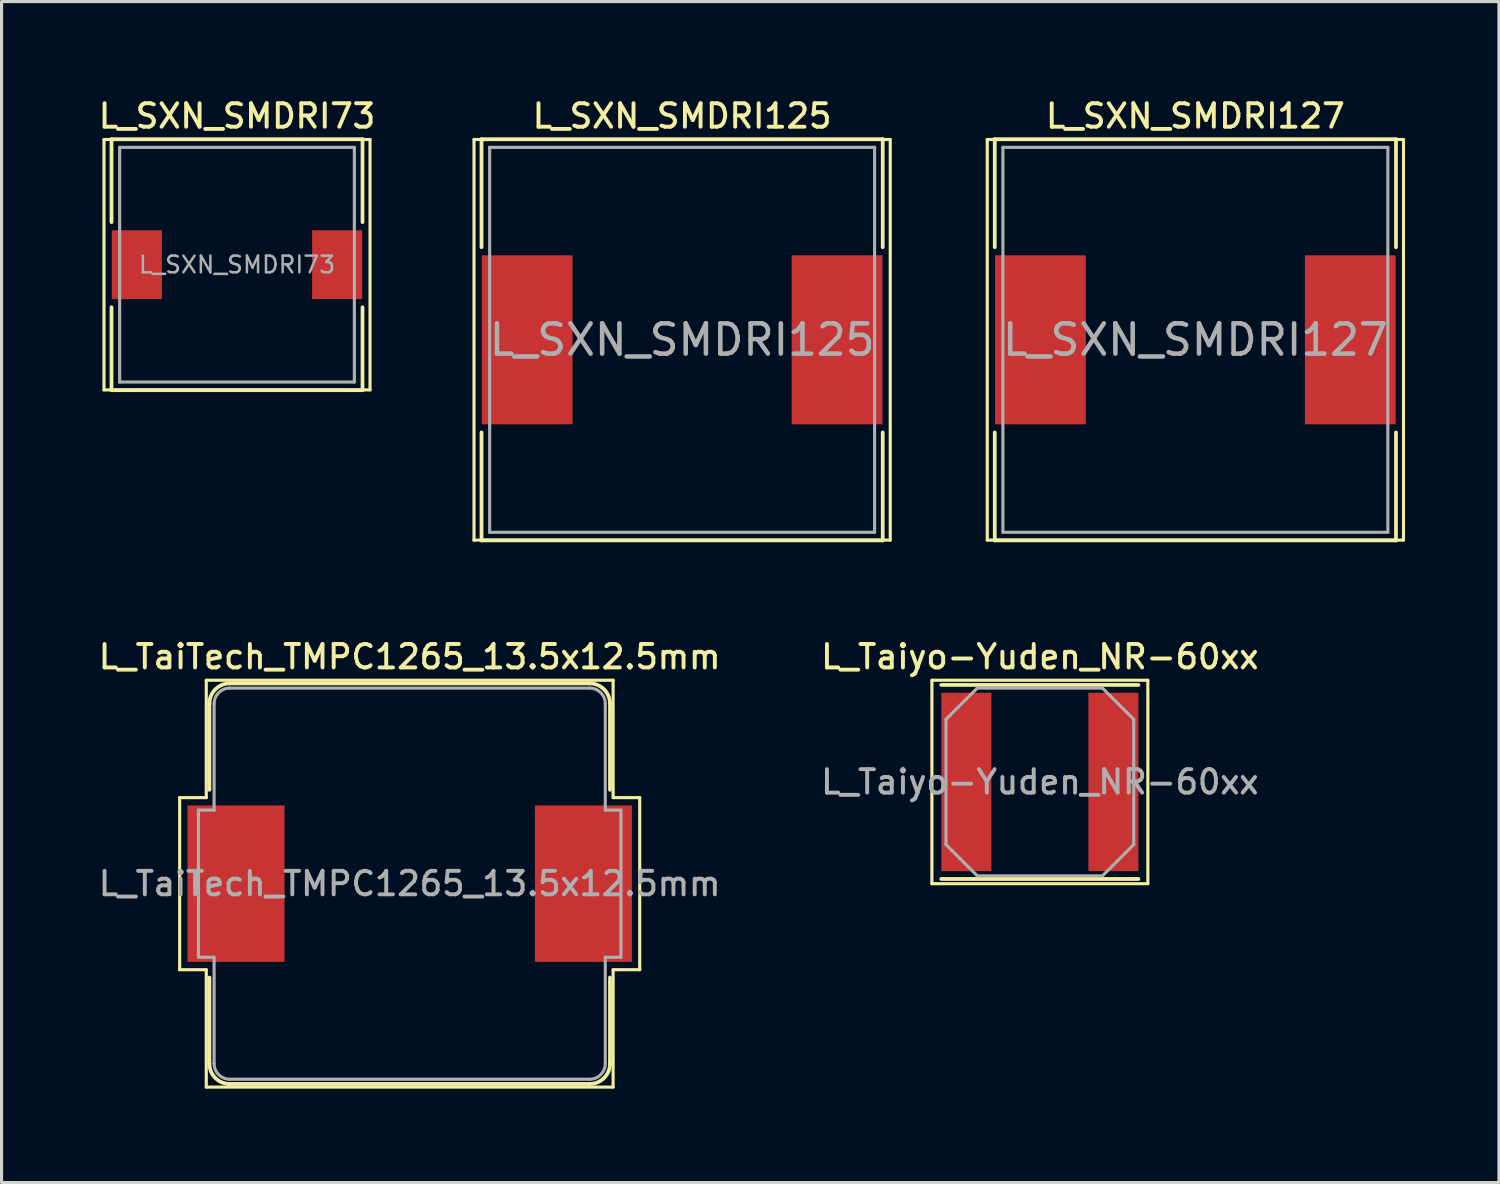
<source format=kicad_pcb>
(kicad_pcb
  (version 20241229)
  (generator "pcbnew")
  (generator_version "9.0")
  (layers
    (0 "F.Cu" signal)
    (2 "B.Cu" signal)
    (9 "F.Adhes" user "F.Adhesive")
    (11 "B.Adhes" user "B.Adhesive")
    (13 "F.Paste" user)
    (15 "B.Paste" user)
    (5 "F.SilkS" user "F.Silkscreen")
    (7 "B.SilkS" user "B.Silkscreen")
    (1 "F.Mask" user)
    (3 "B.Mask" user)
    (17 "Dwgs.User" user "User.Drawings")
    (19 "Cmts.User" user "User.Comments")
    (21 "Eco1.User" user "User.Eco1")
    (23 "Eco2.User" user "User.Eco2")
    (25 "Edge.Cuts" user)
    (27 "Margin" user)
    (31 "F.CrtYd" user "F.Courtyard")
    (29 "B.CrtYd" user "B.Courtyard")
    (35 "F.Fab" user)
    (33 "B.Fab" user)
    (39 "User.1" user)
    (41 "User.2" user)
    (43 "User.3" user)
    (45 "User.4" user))
  (footprint "L_Taiyo-Yuden_NR-60xx"
    (layer "F.Cu")
    (at 30.177 21.936)
    (property "Reference" "L_Taiyo-Yuden_NR-60xx" (at 0 -4 0) (layer "F.SilkS") (effects (font (size 0.75 0.75) (thickness 0.125))))
    (attr smd)
    (fp_line (start -3.45 -3.25) (end -3.45 3.25) (stroke (width 0.1) (type solid)) (layer "F.SilkS"))
    (fp_line (start -3.45 3.25) (end 3.45 3.25) (stroke (width 0.1) (type solid)) (layer "F.SilkS"))
    (fp_line (start -3.15 -3.1) (end 3.15 -3.1) (stroke (width 0.12) (type solid)) (layer "F.SilkS"))
    (fp_line (start -3.15 3.1) (end 3.15 3.1) (stroke (width 0.12) (type solid)) (layer "F.SilkS"))
    (fp_line (start 3.45 -3.25) (end -3.45 -3.25) (stroke (width 0.1) (type solid)) (layer "F.SilkS"))
    (fp_line (start 3.45 3.25) (end 3.45 -3.25) (stroke (width 0.1) (type solid)) (layer "F.SilkS"))
    (fp_line (start -3 -2) (end -2 -3) (stroke (width 0.1) (type solid)) (layer "F.Fab"))
    (fp_line (start -3 2) (end -3 -2) (stroke (width 0.1) (type solid)) (layer "F.Fab"))
    (fp_line (start -3 2) (end -2 3) (stroke (width 0.1) (type solid)) (layer "F.Fab"))
    (fp_line (start -2 -3) (end 2 -3) (stroke (width 0.1) (type solid)) (layer "F.Fab"))
    (fp_line (start -2 3) (end 2 3) (stroke (width 0.1) (type solid)) (layer "F.Fab"))
    (fp_line (start 3 -2) (end 2 -3) (stroke (width 0.1) (type solid)) (layer "F.Fab"))
    (fp_line (start 3 2) (end 2 3) (stroke (width 0.1) (type solid)) (layer "F.Fab"))
    (fp_line (start 3 2) (end 3 -2) (stroke (width 0.1) (type solid)) (layer "F.Fab"))
    (fp_text user "${REFERENCE}" (at 0 0 0) (layer "F.Fab") (effects (font (size 0.75 0.75) (thickness 0.125))))
    (pad "1" smd rect (at -2.35 0) (size 1.6 5.7) (layers "F.Cu" "F.Mask" "F.Paste"))
    (pad "2" smd rect (at 2.35 0) (size 1.6 5.7) (layers "F.Cu" "F.Mask" "F.Paste")))
  (footprint "L_SXN_SMDRI73"
    (layer "F.Cu")
    (at 4.523 5.408)
    (property "Reference" "L_SXN_SMDRI73" (at 0 -4.75 0) (layer "F.SilkS") (effects (font (size 0.75 0.75) (thickness 0.125))))
    (attr smd)
    (fp_line (start -4.25 -4) (end -4.25 4) (stroke (width 0.1) (type solid)) (layer "F.SilkS"))
    (fp_line (start -4.25 4) (end 4.25 4) (stroke (width 0.1) (type solid)) (layer "F.SilkS"))
    (fp_line (start -4.01 -4.01) (end -4.01 -1.36) (stroke (width 0.12) (type solid)) (layer "F.SilkS"))
    (fp_line (start -4.01 -4.01) (end 4.01 -4.01) (stroke (width 0.12) (type solid)) (layer "F.SilkS"))
    (fp_line (start -4.01 4.01) (end -4.01 1.36) (stroke (width 0.12) (type solid)) (layer "F.SilkS"))
    (fp_line (start -4.01 4.01) (end 4.01 4.01) (stroke (width 0.12) (type solid)) (layer "F.SilkS"))
    (fp_line (start 4.01 -4.01) (end 4.01 -1.36) (stroke (width 0.12) (type solid)) (layer "F.SilkS"))
    (fp_line (start 4.01 4.01) (end 4.01 1.36) (stroke (width 0.12) (type solid)) (layer "F.SilkS"))
    (fp_line (start 4.25 -4) (end -4.25 -4) (stroke (width 0.1) (type solid)) (layer "F.SilkS"))
    (fp_line (start 4.25 4) (end 4.25 -4) (stroke (width 0.1) (type solid)) (layer "F.SilkS"))
    (fp_line (start -3.75 -3.75) (end -3.75 3.75) (stroke (width 0.1) (type solid)) (layer "F.Fab"))
    (fp_line (start -3.75 3.75) (end 3.75 3.75) (stroke (width 0.1) (type solid)) (layer "F.Fab"))
    (fp_line (start 3.75 -3.75) (end -3.75 -3.75) (stroke (width 0.1) (type solid)) (layer "F.Fab"))
    (fp_line (start 3.75 3.75) (end 3.75 -3.75) (stroke (width 0.1) (type solid)) (layer "F.Fab"))
    (fp_text user "${REFERENCE}" (at 0 0 0) (layer "F.Fab") (effects (font (size 0.533 0.533) (thickness 0.08))))
    (pad "1" smd rect (at -3.2 0) (size 1.6 2.2) (layers "F.Cu" "F.Mask" "F.Paste"))
    (pad "2" smd rect (at 3.2 0) (size 1.6 2.2) (layers "F.Cu" "F.Mask" "F.Paste")))
  (footprint "L_SXN_SMDRI127"
    (layer "F.Cu")
    (at 35.146 7.808)
    (property "Reference" "L_SXN_SMDRI127" (at 0 -7.15 0) (layer "F.SilkS") (effects (font (size 0.75 0.75) (thickness 0.125))))
    (attr smd)
    (fp_line (start -6.65 -6.4) (end -6.65 6.4) (stroke (width 0.1) (type solid)) (layer "F.SilkS"))
    (fp_line (start -6.65 6.4) (end 6.65 6.4) (stroke (width 0.1) (type solid)) (layer "F.SilkS"))
    (fp_line (start -6.41 -6.41) (end -6.41 -2.96) (stroke (width 0.12) (type solid)) (layer "F.SilkS"))
    (fp_line (start -6.41 -6.41) (end 6.41 -6.41) (stroke (width 0.12) (type solid)) (layer "F.SilkS"))
    (fp_line (start -6.41 6.41) (end -6.41 2.96) (stroke (width 0.12) (type solid)) (layer "F.SilkS"))
    (fp_line (start -6.41 6.41) (end 6.41 6.41) (stroke (width 0.12) (type solid)) (layer "F.SilkS"))
    (fp_line (start 6.41 -6.41) (end 6.41 -2.96) (stroke (width 0.12) (type solid)) (layer "F.SilkS"))
    (fp_line (start 6.41 6.41) (end 6.41 2.96) (stroke (width 0.12) (type solid)) (layer "F.SilkS"))
    (fp_line (start 6.65 -6.4) (end -6.65 -6.4) (stroke (width 0.1) (type solid)) (layer "F.SilkS"))
    (fp_line (start 6.65 6.4) (end 6.65 -6.4) (stroke (width 0.1) (type solid)) (layer "F.SilkS"))
    (fp_line (start -6.15 -6.15) (end -6.15 6.15) (stroke (width 0.1) (type solid)) (layer "F.Fab"))
    (fp_line (start -6.15 6.15) (end 6.15 6.15) (stroke (width 0.1) (type solid)) (layer "F.Fab"))
    (fp_line (start 6.15 -6.15) (end -6.15 -6.15) (stroke (width 0.1) (type solid)) (layer "F.Fab"))
    (fp_line (start 6.15 6.15) (end 6.15 -6.15) (stroke (width 0.1) (type solid)) (layer "F.Fab"))
    (fp_text user "${REFERENCE}" (at 0 0 0) (layer "F.Fab") (effects (font (size 0.967 0.967) (thickness 0.145))))
    (pad "1" smd rect (at -4.95 0) (size 2.9 5.4) (layers "F.Cu" "F.Mask" "F.Paste"))
    (pad "2" smd rect (at 4.95 0) (size 2.9 5.4) (layers "F.Cu" "F.Mask" "F.Paste")))
  (footprint "L_SXN_SMDRI125"
    (layer "F.Cu")
    (at 18.746 7.808)
    (property "Reference" "L_SXN_SMDRI125" (at 0 -7.15 0) (layer "F.SilkS") (effects (font (size 0.75 0.75) (thickness 0.125))))
    (attr smd)
    (fp_line (start -6.65 -6.4) (end -6.65 6.4) (stroke (width 0.1) (type solid)) (layer "F.SilkS"))
    (fp_line (start -6.65 6.4) (end 6.65 6.4) (stroke (width 0.1) (type solid)) (layer "F.SilkS"))
    (fp_line (start -6.41 -6.41) (end -6.41 -2.96) (stroke (width 0.12) (type solid)) (layer "F.SilkS"))
    (fp_line (start -6.41 -6.41) (end 6.41 -6.41) (stroke (width 0.12) (type solid)) (layer "F.SilkS"))
    (fp_line (start -6.41 6.41) (end -6.41 2.96) (stroke (width 0.12) (type solid)) (layer "F.SilkS"))
    (fp_line (start -6.41 6.41) (end 6.41 6.41) (stroke (width 0.12) (type solid)) (layer "F.SilkS"))
    (fp_line (start 6.41 -6.41) (end 6.41 -2.96) (stroke (width 0.12) (type solid)) (layer "F.SilkS"))
    (fp_line (start 6.41 6.41) (end 6.41 2.96) (stroke (width 0.12) (type solid)) (layer "F.SilkS"))
    (fp_line (start 6.65 -6.4) (end -6.65 -6.4) (stroke (width 0.1) (type solid)) (layer "F.SilkS"))
    (fp_line (start 6.65 6.4) (end 6.65 -6.4) (stroke (width 0.1) (type solid)) (layer "F.SilkS"))
    (fp_line (start -6.15 -6.15) (end -6.15 6.15) (stroke (width 0.1) (type solid)) (layer "F.Fab"))
    (fp_line (start -6.15 6.15) (end 6.15 6.15) (stroke (width 0.1) (type solid)) (layer "F.Fab"))
    (fp_line (start 6.15 -6.15) (end -6.15 -6.15) (stroke (width 0.1) (type solid)) (layer "F.Fab"))
    (fp_line (start 6.15 6.15) (end 6.15 -6.15) (stroke (width 0.1) (type solid)) (layer "F.Fab"))
    (fp_text user "${REFERENCE}" (at 0 0 0) (layer "F.Fab") (effects (font (size 0.967 0.967) (thickness 0.145))))
    (pad "1" smd rect (at -4.95 0) (size 2.9 5.4) (layers "F.Cu" "F.Mask" "F.Paste"))
    (pad "2" smd rect (at 4.95 0) (size 2.9 5.4) (layers "F.Cu" "F.Mask" "F.Paste")))
  (footprint "L_TaiTech_TMPC1265_13.5x12.5mm"
    (layer "F.Cu")
    (at 10.041 25.186)
    (property "Reference" "L_TaiTech_TMPC1265_13.5x12.5mm" (at 0 -7.25 0) (layer "F.SilkS") (effects (font (size 0.75 0.75) (thickness 0.125))))
    (attr smd)
    (fp_line (start -7.35 -2.75) (end -6.5 -2.75) (stroke (width 0.1) (type solid)) (layer "F.SilkS"))
    (fp_line (start -7.35 2.75) (end -7.35 -2.75) (stroke (width 0.1) (type solid)) (layer "F.SilkS"))
    (fp_line (start -6.5 -6.5) (end 6.5 -6.5) (stroke (width 0.1) (type solid)) (layer "F.SilkS"))
    (fp_line (start -6.5 -2.75) (end -6.5 -6.5) (stroke (width 0.1) (type solid)) (layer "F.SilkS"))
    (fp_line (start -6.5 2.75) (end -7.35 2.75) (stroke (width 0.1) (type solid)) (layer "F.SilkS"))
    (fp_line (start -6.5 2.75) (end -6.5 6.5) (stroke (width 0.1) (type solid)) (layer "F.SilkS"))
    (fp_line (start -6.4 -5.75) (end -6.4 -3) (stroke (width 0.12) (type solid)) (layer "F.SilkS"))
    (fp_line (start -6.4 3) (end -6.4 5.75) (stroke (width 0.12) (type solid)) (layer "F.SilkS"))
    (fp_line (start -5.75 -6.4) (end 5.75 -6.4) (stroke (width 0.12) (type solid)) (layer "F.SilkS"))
    (fp_line (start 5.75 6.4) (end -5.75 6.4) (stroke (width 0.12) (type solid)) (layer "F.SilkS"))
    (fp_line (start 6.4 -5.75) (end 6.4 -3) (stroke (width 0.12) (type solid)) (layer "F.SilkS"))
    (fp_line (start 6.4 3) (end 6.4 5.75) (stroke (width 0.12) (type solid)) (layer "F.SilkS"))
    (fp_line (start 6.5 -2.75) (end 6.5 -6.5) (stroke (width 0.1) (type solid)) (layer "F.SilkS"))
    (fp_line (start 6.5 -2.75) (end 7.35 -2.75) (stroke (width 0.1) (type solid)) (layer "F.SilkS"))
    (fp_line (start 6.5 2.75) (end 6.5 6.5) (stroke (width 0.1) (type solid)) (layer "F.SilkS"))
    (fp_line (start 6.5 6.5) (end -6.5 6.5) (stroke (width 0.1) (type solid)) (layer "F.SilkS"))
    (fp_line (start 7.35 -2.75) (end 7.35 2.75) (stroke (width 0.1) (type solid)) (layer "F.SilkS"))
    (fp_line (start 7.35 2.75) (end 6.5 2.75) (stroke (width 0.1) (type solid)) (layer "F.SilkS"))
    (fp_arc (start -6.4 -5.75) (mid -6.209619 -6.209619) (end -5.75 -6.4) (stroke (width 0.12) (type solid)) (layer "F.SilkS"))
    (fp_arc (start -5.75 6.4) (mid -6.209619 6.209619) (end -6.4 5.75) (stroke (width 0.12) (type solid)) (layer "F.SilkS"))
    (fp_arc (start 5.75 -6.4) (mid 6.209619 -6.209619) (end 6.4 -5.75) (stroke (width 0.12) (type solid)) (layer "F.SilkS"))
    (fp_arc (start 6.4 5.75) (mid 6.209619 6.209619) (end 5.75 6.4) (stroke (width 0.12) (type solid)) (layer "F.SilkS"))
    (fp_line (start -6.75 -2.35) (end -6.75 2.35) (stroke (width 0.1) (type solid)) (layer "F.Fab"))
    (fp_line (start -6.75 -2.35) (end -6.25 -2.35) (stroke (width 0.1) (type solid)) (layer "F.Fab"))
    (fp_line (start -6.75 2.35) (end -6.25 2.35) (stroke (width 0.1) (type solid)) (layer "F.Fab"))
    (fp_line (start -6.25 -5.75) (end -6.25 -2.35) (stroke (width 0.1) (type solid)) (layer "F.Fab"))
    (fp_line (start -6.25 2.35) (end -6.25 5.75) (stroke (width 0.1) (type solid)) (layer "F.Fab"))
    (fp_line (start -5.75 -6.25) (end 5.75 -6.25) (stroke (width 0.1) (type solid)) (layer "F.Fab"))
    (fp_line (start 5.75 6.25) (end -5.75 6.25) (stroke (width 0.1) (type solid)) (layer "F.Fab"))
    (fp_line (start 6.25 -2.35) (end 6.25 -5.75) (stroke (width 0.1) (type solid)) (layer "F.Fab"))
    (fp_line (start 6.25 2.35) (end 6.25 5.75) (stroke (width 0.1) (type solid)) (layer "F.Fab"))
    (fp_line (start 6.75 -2.35) (end 6.25 -2.35) (stroke (width 0.1) (type solid)) (layer "F.Fab"))
    (fp_line (start 6.75 -2.35) (end 6.75 2.35) (stroke (width 0.1) (type solid)) (layer "F.Fab"))
    (fp_line (start 6.75 2.35) (end 6.25 2.35) (stroke (width 0.1) (type solid)) (layer "F.Fab"))
    (fp_arc (start -6.25 -5.75) (mid -6.103553 -6.103553) (end -5.75 -6.25) (stroke (width 0.1) (type solid)) (layer "F.Fab"))
    (fp_arc (start -5.75 6.25) (mid -6.103553 6.103553) (end -6.25 5.75) (stroke (width 0.1) (type solid)) (layer "F.Fab"))
    (fp_arc (start 5.75 -6.25) (mid 6.103553 -6.103553) (end 6.25 -5.75) (stroke (width 0.1) (type solid)) (layer "F.Fab"))
    (fp_arc (start 6.25 5.75) (mid 6.103553 6.103553) (end 5.75 6.25) (stroke (width 0.1) (type solid)) (layer "F.Fab"))
    (fp_text user "${REFERENCE}" (at 0 0 0) (layer "F.Fab") (effects (font (size 0.75 0.75) (thickness 0.125))))
    (pad "1" smd rect (at -5.55 0) (size 3.1 5) (layers "F.Cu" "F.Mask" "F.Paste"))
    (pad "2" smd rect (at 5.55 0) (size 3.1 5) (layers "F.Cu" "F.Mask" "F.Paste")))
  (gr_rect
    (start -3 -3)
    (end 44.846 34.736)
    (stroke (width 0.1) (type default))
    (fill no)
    (layer "Edge.Cuts")))
</source>
